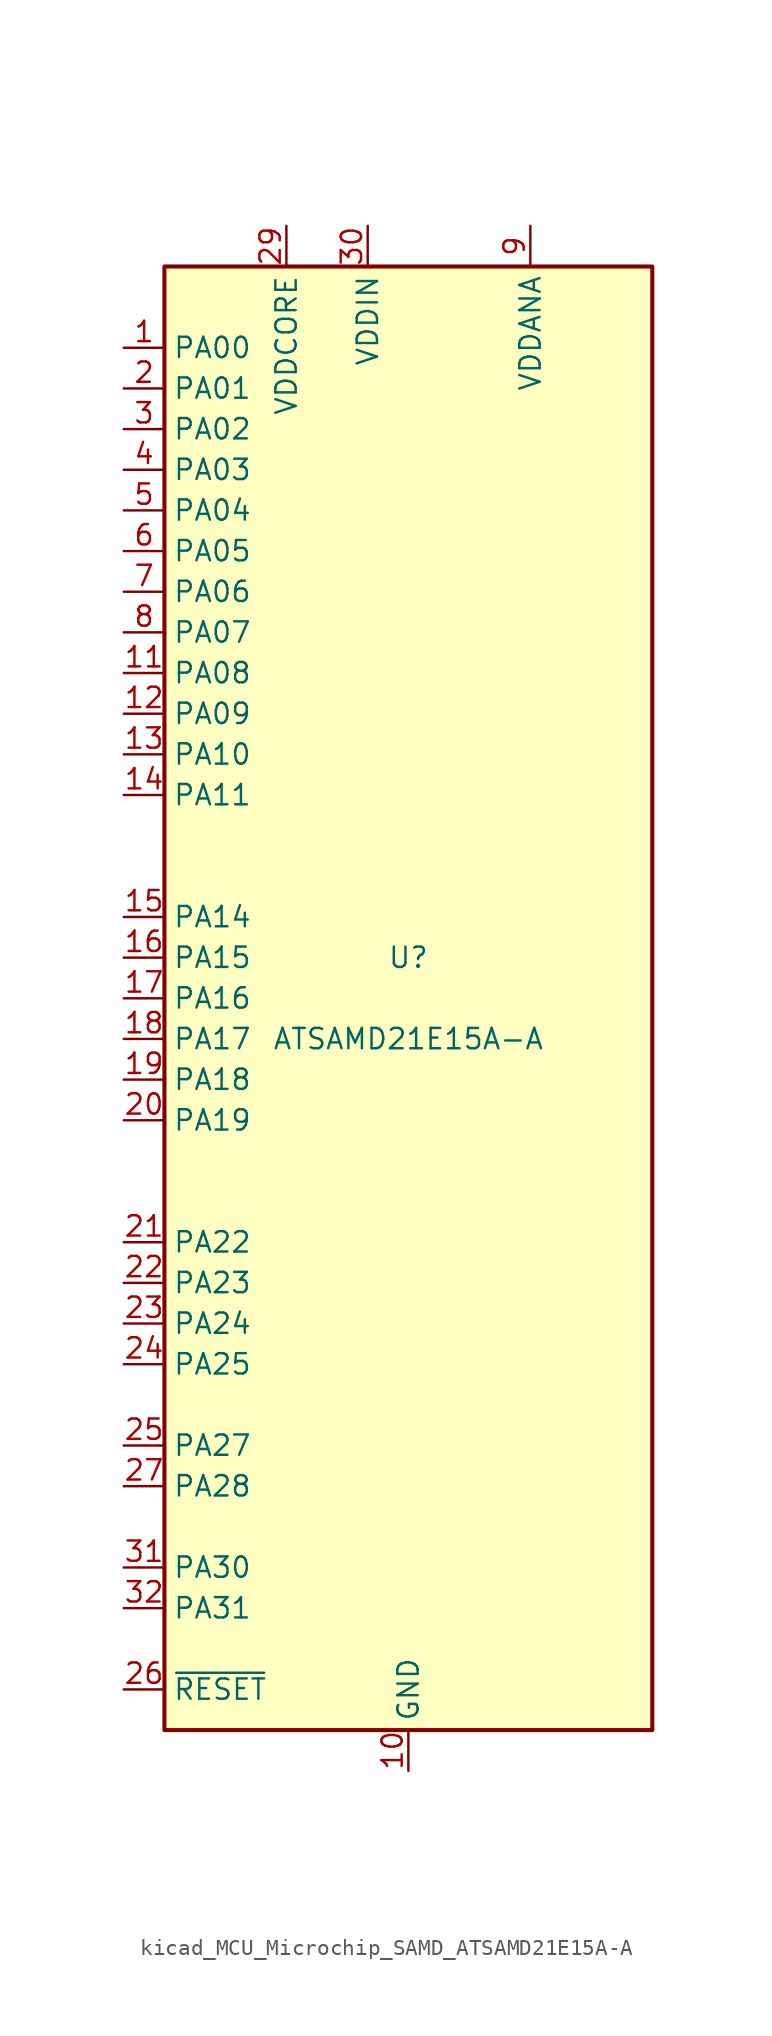
<source format=kicad_sym>
(kicad_symbol_lib
  (version 20220914)
  (generator kicad_symbol_editor)
  (symbol "kicad_MCU_Microchip_SAMD_ATSAMD21E15A-A"
    (property "Reference" "U"
      (at 0 2.54 0)
      (effects (font (size 1.27 1.27))))
    (property "Value" "ATSAMD21E15A-A"
      (at 0 -2.54 0)
      (effects (font (size 1.27 1.27))))
    (symbol "kicad_MCU_Microchip_SAMD_ATSAMD21E15A-A_1_1"
      (rectangle (start -15.24 45.72) (end 15.24 -45.72) (stroke (width 0.254) (type default)) (fill (type background)))
      (pin bidirectional line (at -17.78 40.64 0) (length 2.54) (name "PA00" (effects (font (size 1.27 1.27)))) (number "1" (effects (font (size 1.27 1.27)))))
      (pin power_in line (at 0 -48.26 90) (length 2.54) (name "GND" (effects (font (size 1.27 1.27)))) (number "10" (effects (font (size 1.27 1.27)))))
      (pin bidirectional line (at -17.78 20.32 0) (length 2.54) (name "PA08" (effects (font (size 1.27 1.27)))) (number "11" (effects (font (size 1.27 1.27)))))
      (pin bidirectional line (at -17.78 17.78 0) (length 2.54) (name "PA09" (effects (font (size 1.27 1.27)))) (number "12" (effects (font (size 1.27 1.27)))))
      (pin bidirectional line (at -17.78 15.24 0) (length 2.54) (name "PA10" (effects (font (size 1.27 1.27)))) (number "13" (effects (font (size 1.27 1.27)))))
      (pin bidirectional line (at -17.78 12.7 0) (length 2.54) (name "PA11" (effects (font (size 1.27 1.27)))) (number "14" (effects (font (size 1.27 1.27)))))
      (pin bidirectional line (at -17.78 5.08 0) (length 2.54) (name "PA14" (effects (font (size 1.27 1.27)))) (number "15" (effects (font (size 1.27 1.27)))))
      (pin bidirectional line (at -17.78 2.54 0) (length 2.54) (name "PA15" (effects (font (size 1.27 1.27)))) (number "16" (effects (font (size 1.27 1.27)))))
      (pin bidirectional line (at -17.78 0 0) (length 2.54) (name "PA16" (effects (font (size 1.27 1.27)))) (number "17" (effects (font (size 1.27 1.27)))))
      (pin bidirectional line (at -17.78 -2.54 0) (length 2.54) (name "PA17" (effects (font (size 1.27 1.27)))) (number "18" (effects (font (size 1.27 1.27)))))
      (pin bidirectional line (at -17.78 -5.08 0) (length 2.54) (name "PA18" (effects (font (size 1.27 1.27)))) (number "19" (effects (font (size 1.27 1.27)))))
      (pin bidirectional line (at -17.78 38.1 0) (length 2.54) (name "PA01" (effects (font (size 1.27 1.27)))) (number "2" (effects (font (size 1.27 1.27)))))
      (pin bidirectional line (at -17.78 -7.62 0) (length 2.54) (name "PA19" (effects (font (size 1.27 1.27)))) (number "20" (effects (font (size 1.27 1.27)))))
      (pin bidirectional line (at -17.78 -15.24 0) (length 2.54) (name "PA22" (effects (font (size 1.27 1.27)))) (number "21" (effects (font (size 1.27 1.27)))))
      (pin bidirectional line (at -17.78 -17.78 0) (length 2.54) (name "PA23" (effects (font (size 1.27 1.27)))) (number "22" (effects (font (size 1.27 1.27)))))
      (pin bidirectional line (at -17.78 -20.32 0) (length 2.54) (name "PA24" (effects (font (size 1.27 1.27)))) (number "23" (effects (font (size 1.27 1.27)))))
      (pin bidirectional line (at -17.78 -22.86 0) (length 2.54) (name "PA25" (effects (font (size 1.27 1.27)))) (number "24" (effects (font (size 1.27 1.27)))))
      (pin bidirectional line (at -17.78 -27.94 0) (length 2.54) (name "PA27" (effects (font (size 1.27 1.27)))) (number "25" (effects (font (size 1.27 1.27)))))
      (pin input line (at -17.78 -43.18 0) (length 2.54) (name "~{RESET}" (effects (font (size 1.27 1.27)))) (number "26" (effects (font (size 1.27 1.27)))))
      (pin bidirectional line (at -17.78 -30.48 0) (length 2.54) (name "PA28" (effects (font (size 1.27 1.27)))) (number "27" (effects (font (size 1.27 1.27)))))
      (pin passive line (at 0 -48.26 90) (length 2.54) hide (name "GND" (effects (font (size 1.27 1.27)))) (number "28" (effects (font (size 1.27 1.27)))))
      (pin power_out line (at -7.62 48.26 270) (length 2.54) (name "VDDCORE" (effects (font (size 1.27 1.27)))) (number "29" (effects (font (size 1.27 1.27)))))
      (pin bidirectional line (at -17.78 35.56 0) (length 2.54) (name "PA02" (effects (font (size 1.27 1.27)))) (number "3" (effects (font (size 1.27 1.27)))))
      (pin power_in line (at -2.54 48.26 270) (length 2.54) (name "VDDIN" (effects (font (size 1.27 1.27)))) (number "30" (effects (font (size 1.27 1.27)))))
      (pin bidirectional line (at -17.78 -35.56 0) (length 2.54) (name "PA30" (effects (font (size 1.27 1.27)))) (number "31" (effects (font (size 1.27 1.27)))))
      (pin bidirectional line (at -17.78 -38.1 0) (length 2.54) (name "PA31" (effects (font (size 1.27 1.27)))) (number "32" (effects (font (size 1.27 1.27)))))
      (pin bidirectional line (at -17.78 33.02 0) (length 2.54) (name "PA03" (effects (font (size 1.27 1.27)))) (number "4" (effects (font (size 1.27 1.27)))))
      (pin bidirectional line (at -17.78 30.48 0) (length 2.54) (name "PA04" (effects (font (size 1.27 1.27)))) (number "5" (effects (font (size 1.27 1.27)))))
      (pin bidirectional line (at -17.78 27.94 0) (length 2.54) (name "PA05" (effects (font (size 1.27 1.27)))) (number "6" (effects (font (size 1.27 1.27)))))
      (pin bidirectional line (at -17.78 25.4 0) (length 2.54) (name "PA06" (effects (font (size 1.27 1.27)))) (number "7" (effects (font (size 1.27 1.27)))))
      (pin bidirectional line (at -17.78 22.86 0) (length 2.54) (name "PA07" (effects (font (size 1.27 1.27)))) (number "8" (effects (font (size 1.27 1.27)))))
      (pin power_in line (at 7.62 48.26 270) (length 2.54) (name "VDDANA" (effects (font (size 1.27 1.27)))) (number "9" (effects (font (size 1.27 1.27))))))))
</source>
